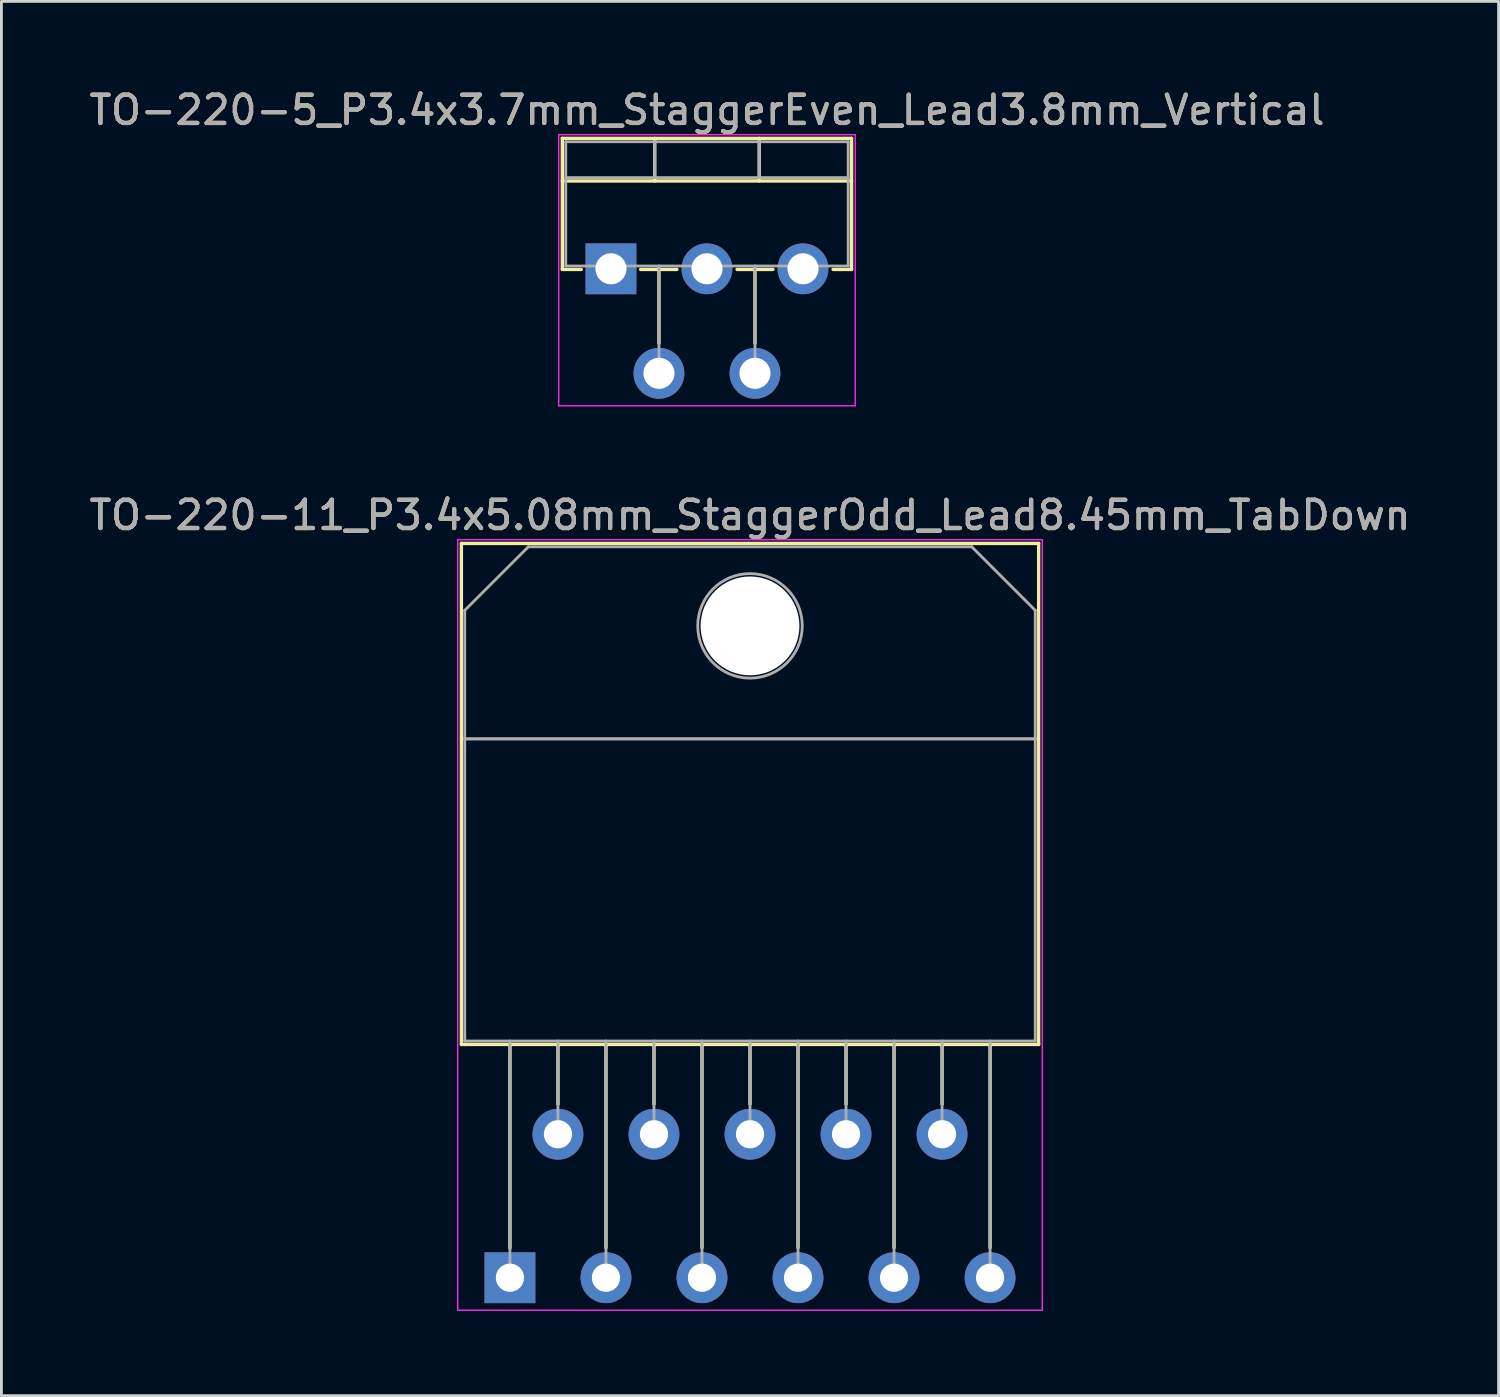
<source format=kicad_pcb>
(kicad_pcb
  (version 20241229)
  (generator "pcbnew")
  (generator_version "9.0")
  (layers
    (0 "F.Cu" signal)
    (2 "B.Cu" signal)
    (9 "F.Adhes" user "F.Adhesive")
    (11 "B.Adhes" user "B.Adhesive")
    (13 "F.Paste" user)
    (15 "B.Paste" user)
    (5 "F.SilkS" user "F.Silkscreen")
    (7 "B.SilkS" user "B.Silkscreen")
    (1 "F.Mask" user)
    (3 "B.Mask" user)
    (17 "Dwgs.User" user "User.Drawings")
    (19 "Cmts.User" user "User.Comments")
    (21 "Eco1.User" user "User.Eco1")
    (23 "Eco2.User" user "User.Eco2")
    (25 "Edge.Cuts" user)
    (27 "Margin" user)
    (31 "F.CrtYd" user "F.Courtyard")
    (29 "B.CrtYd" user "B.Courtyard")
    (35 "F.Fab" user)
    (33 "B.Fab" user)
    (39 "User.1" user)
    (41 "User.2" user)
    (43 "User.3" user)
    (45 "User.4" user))
  (footprint "TO-220-5_P3.4x3.7mm_StaggerEven_Lead3.8mm_Vertical"
    (layer "F.Cu")
    (at 18.582 6.468)
    (property "Reference" "TO-220-5_P3.4x3.7mm_StaggerEven_Lead3.8mm_Vertical" (at 3.4 -5.62 0) (layer "F.SilkS") (effects (font (size 1 1) (thickness 0.15))))
    (attr through_hole)
    (fp_line (start -1.721 -4.62) (end -1.721 0.021) (stroke (width 0.12) (type solid)) (layer "F.SilkS"))
    (fp_line (start -1.721 -4.62) (end 8.52 -4.62) (stroke (width 0.12) (type solid)) (layer "F.SilkS"))
    (fp_line (start -1.721 -3.111) (end 8.52 -3.111) (stroke (width 0.12) (type solid)) (layer "F.SilkS"))
    (fp_line (start -1.721 0.021) (end -1.05 0.021) (stroke (width 0.12) (type solid)) (layer "F.SilkS"))
    (fp_line (start 1.05 0.021) (end 2.335 0.021) (stroke (width 0.12) (type solid)) (layer "F.SilkS"))
    (fp_line (start 1.55 -4.62) (end 1.55 -3.111) (stroke (width 0.12) (type solid)) (layer "F.SilkS"))
    (fp_line (start 1.7 0.021) (end 1.7 2.635) (stroke (width 0.12) (type solid)) (layer "F.SilkS"))
    (fp_line (start 4.465 0.021) (end 5.735 0.021) (stroke (width 0.12) (type solid)) (layer "F.SilkS"))
    (fp_line (start 5.1 0.021) (end 5.1 2.635) (stroke (width 0.12) (type solid)) (layer "F.SilkS"))
    (fp_line (start 5.25 -4.62) (end 5.25 -3.111) (stroke (width 0.12) (type solid)) (layer "F.SilkS"))
    (fp_line (start 7.865 0.021) (end 8.52 0.021) (stroke (width 0.12) (type solid)) (layer "F.SilkS"))
    (fp_line (start 8.52 -4.62) (end 8.52 0.021) (stroke (width 0.12) (type solid)) (layer "F.SilkS"))
    (fp_line (start -1.85 -4.75) (end -1.85 4.85) (stroke (width 0.05) (type solid)) (layer "F.CrtYd"))
    (fp_line (start -1.85 4.85) (end 8.65 4.85) (stroke (width 0.05) (type solid)) (layer "F.CrtYd"))
    (fp_line (start 8.65 -4.75) (end -1.85 -4.75) (stroke (width 0.05) (type solid)) (layer "F.CrtYd"))
    (fp_line (start 8.65 4.85) (end 8.65 -4.75) (stroke (width 0.05) (type solid)) (layer "F.CrtYd"))
    (fp_line (start -1.6 -4.5) (end -1.6 -0.1) (stroke (width 0.1) (type solid)) (layer "F.Fab"))
    (fp_line (start -1.6 -3.23) (end 8.4 -3.23) (stroke (width 0.1) (type solid)) (layer "F.Fab"))
    (fp_line (start -1.6 -0.1) (end 8.4 -0.1) (stroke (width 0.1) (type solid)) (layer "F.Fab"))
    (fp_line (start 0 -0.1) (end 0 0) (stroke (width 0.1) (type solid)) (layer "F.Fab"))
    (fp_line (start 1.55 -4.5) (end 1.55 -3.23) (stroke (width 0.1) (type solid)) (layer "F.Fab"))
    (fp_line (start 1.7 -0.1) (end 1.7 3.7) (stroke (width 0.1) (type solid)) (layer "F.Fab"))
    (fp_line (start 3.4 -0.1) (end 3.4 0) (stroke (width 0.1) (type solid)) (layer "F.Fab"))
    (fp_line (start 5.1 -0.1) (end 5.1 3.7) (stroke (width 0.1) (type solid)) (layer "F.Fab"))
    (fp_line (start 5.25 -4.5) (end 5.25 -3.23) (stroke (width 0.1) (type solid)) (layer "F.Fab"))
    (fp_line (start 6.8 -0.1) (end 6.8 0) (stroke (width 0.1) (type solid)) (layer "F.Fab"))
    (fp_line (start 8.4 -4.5) (end -1.6 -4.5) (stroke (width 0.1) (type solid)) (layer "F.Fab"))
    (fp_line (start 8.4 -0.1) (end 8.4 -4.5) (stroke (width 0.1) (type solid)) (layer "F.Fab"))
    (fp_text user "${REFERENCE}" (at 3.4 -5.62 0) (layer "F.Fab") (effects (font (size 1 1) (thickness 0.15))))
    (pad "1" thru_hole rect (at 0 0) (size 1.8 1.8) (drill 1.1) (layers "*.Cu" "*.Mask"))
    (pad "2" thru_hole oval (at 1.7 3.7) (size 1.8 1.8) (drill 1.1) (layers "*.Cu" "*.Mask"))
    (pad "3" thru_hole oval (at 3.4 0) (size 1.8 1.8) (drill 1.1) (layers "*.Cu" "*.Mask"))
    (pad "4" thru_hole oval (at 5.1 3.7) (size 1.8 1.8) (drill 1.1) (layers "*.Cu" "*.Mask"))
    (pad "5" thru_hole oval (at 6.8 0) (size 1.8 1.8) (drill 1.1) (layers "*.Cu" "*.Mask")))
  (footprint "TO-220-11_P3.4x5.08mm_StaggerOdd_Lead8.45mm_TabDown"
    (layer "F.Cu")
    (at 15.006 42.191)
    (property "Reference" "TO-220-11_P3.4x5.08mm_StaggerOdd_Lead8.45mm_TabDown" (at 8.5 -27 0) (layer "F.SilkS") (effects (font (size 1 1) (thickness 0.15))))
    (attr through_hole)
    (fp_line (start -1.72 -26) (end -1.72 -8.26) (stroke (width 0.12) (type solid)) (layer "F.SilkS"))
    (fp_line (start -1.72 -26) (end 18.72 -26) (stroke (width 0.12) (type solid)) (layer "F.SilkS"))
    (fp_line (start -1.72 -8.26) (end 18.72 -8.26) (stroke (width 0.12) (type solid)) (layer "F.SilkS"))
    (fp_line (start 0 -8.255) (end 0 -1.05) (stroke (width 0.12) (type solid)) (layer "F.SilkS"))
    (fp_line (start 1.7 -8.26) (end 1.7 -6.146) (stroke (width 0.12) (type solid)) (layer "F.SilkS"))
    (fp_line (start 3.4 -8.255) (end 3.4 -1.065) (stroke (width 0.12) (type solid)) (layer "F.SilkS"))
    (fp_line (start 5.1 -8.26) (end 5.1 -6.146) (stroke (width 0.12) (type solid)) (layer "F.SilkS"))
    (fp_line (start 6.8 -8.255) (end 6.8 -1.065) (stroke (width 0.12) (type solid)) (layer "F.SilkS"))
    (fp_line (start 8.5 -8.26) (end 8.5 -6.146) (stroke (width 0.12) (type solid)) (layer "F.SilkS"))
    (fp_line (start 10.2 -8.255) (end 10.2 -1.065) (stroke (width 0.12) (type solid)) (layer "F.SilkS"))
    (fp_line (start 11.9 -8.26) (end 11.9 -6.146) (stroke (width 0.12) (type solid)) (layer "F.SilkS"))
    (fp_line (start 13.6 -8.255) (end 13.6 -1.065) (stroke (width 0.12) (type solid)) (layer "F.SilkS"))
    (fp_line (start 15.3 -8.26) (end 15.3 -6.146) (stroke (width 0.12) (type solid)) (layer "F.SilkS"))
    (fp_line (start 17 -8.255) (end 17 -1.065) (stroke (width 0.12) (type solid)) (layer "F.SilkS"))
    (fp_line (start 18.72 -26) (end 18.72 -8.26) (stroke (width 0.12) (type solid)) (layer "F.SilkS"))
    (fp_line (start -1.85 -26.13) (end -1.85 1.15) (stroke (width 0.05) (type solid)) (layer "F.CrtYd"))
    (fp_line (start -1.85 1.15) (end 18.85 1.15) (stroke (width 0.05) (type solid)) (layer "F.CrtYd"))
    (fp_line (start 18.85 -26.13) (end -1.85 -26.13) (stroke (width 0.05) (type solid)) (layer "F.CrtYd"))
    (fp_line (start 18.85 1.15) (end 18.85 -26.13) (stroke (width 0.05) (type solid)) (layer "F.CrtYd"))
    (fp_line (start -1.6 -23.63) (end 0.651 -25.88) (stroke (width 0.1) (type solid)) (layer "F.Fab"))
    (fp_line (start -1.6 -19.08) (end -1.6 -23.63) (stroke (width 0.1) (type solid)) (layer "F.Fab"))
    (fp_line (start -1.6 -19.08) (end 18.6 -19.08) (stroke (width 0.1) (type solid)) (layer "F.Fab"))
    (fp_line (start -1.6 -8.38) (end -1.6 -19.08) (stroke (width 0.1) (type solid)) (layer "F.Fab"))
    (fp_line (start 0 -8.382) (end 0 0) (stroke (width 0.1) (type solid)) (layer "F.Fab"))
    (fp_line (start 0.651 -25.88) (end 16.351 -25.88) (stroke (width 0.1) (type solid)) (layer "F.Fab"))
    (fp_line (start 1.7 -8.38) (end 1.7 -5.08) (stroke (width 0.1) (type solid)) (layer "F.Fab"))
    (fp_line (start 3.4 -8.382) (end 3.4 0) (stroke (width 0.1) (type solid)) (layer "F.Fab"))
    (fp_line (start 5.1 -8.38) (end 5.1 -5.08) (stroke (width 0.1) (type solid)) (layer "F.Fab"))
    (fp_line (start 6.8 -8.382) (end 6.8 0) (stroke (width 0.1) (type solid)) (layer "F.Fab"))
    (fp_line (start 8.5 -8.38) (end 8.5 -5.08) (stroke (width 0.1) (type solid)) (layer "F.Fab"))
    (fp_line (start 10.2 -8.382) (end 10.2 0) (stroke (width 0.1) (type solid)) (layer "F.Fab"))
    (fp_line (start 11.9 -8.38) (end 11.9 -5.08) (stroke (width 0.1) (type solid)) (layer "F.Fab"))
    (fp_line (start 13.6 -8.382) (end 13.6 0) (stroke (width 0.1) (type solid)) (layer "F.Fab"))
    (fp_line (start 15.3 -8.38) (end 15.3 -5.08) (stroke (width 0.1) (type solid)) (layer "F.Fab"))
    (fp_line (start 16.351 -25.88) (end 18.6 -23.63) (stroke (width 0.1) (type solid)) (layer "F.Fab"))
    (fp_line (start 17 -8.382) (end 17 0) (stroke (width 0.1) (type solid)) (layer "F.Fab"))
    (fp_line (start 18.6 -23.63) (end 18.6 -19.08) (stroke (width 0.1) (type solid)) (layer "F.Fab"))
    (fp_line (start 18.6 -19.08) (end -1.6 -19.08) (stroke (width 0.1) (type solid)) (layer "F.Fab"))
    (fp_line (start 18.6 -19.08) (end 18.6 -8.38) (stroke (width 0.1) (type solid)) (layer "F.Fab"))
    (fp_line (start 18.6 -8.38) (end -1.6 -8.38) (stroke (width 0.1) (type solid)) (layer "F.Fab"))
    (fp_circle (center 8.5 -23.08) (end 10.35 -23.08) (stroke (width 0.1) (type solid)) (fill no) (layer "F.Fab"))
    (fp_text user "${REFERENCE}" (at 8.5 -27 0) (layer "F.Fab") (effects (font (size 1 1) (thickness 0.15))))
    (pad "" np_thru_hole oval (at 8.5 -23.08) (size 3.5 3.5) (drill 3.5) (layers "*.Cu" "*.Mask"))
    (pad "1" thru_hole rect (at 0 0) (size 1.8 1.8) (drill 1) (layers "*.Cu" "*.Mask"))
    (pad "2" thru_hole oval (at 1.7 -5.08) (size 1.8 1.8) (drill 1) (layers "*.Cu" "*.Mask"))
    (pad "3" thru_hole oval (at 3.4 0) (size 1.8 1.8) (drill 1) (layers "*.Cu" "*.Mask"))
    (pad "4" thru_hole oval (at 5.1 -5.08) (size 1.8 1.8) (drill 1) (layers "*.Cu" "*.Mask"))
    (pad "5" thru_hole oval (at 6.8 0) (size 1.8 1.8) (drill 1) (layers "*.Cu" "*.Mask"))
    (pad "6" thru_hole oval (at 8.5 -5.08) (size 1.8 1.8) (drill 1) (layers "*.Cu" "*.Mask"))
    (pad "7" thru_hole oval (at 10.2 0) (size 1.8 1.8) (drill 1) (layers "*.Cu" "*.Mask"))
    (pad "8" thru_hole oval (at 11.9 -5.08) (size 1.8 1.8) (drill 1) (layers "*.Cu" "*.Mask"))
    (pad "9" thru_hole oval (at 13.6 0) (size 1.8 1.8) (drill 1) (layers "*.Cu" "*.Mask"))
    (pad "10" thru_hole oval (at 15.3 -5.08) (size 1.8 1.8) (drill 1) (layers "*.Cu" "*.Mask"))
    (pad "11" thru_hole oval (at 17 0) (size 1.8 1.8) (drill 1) (layers "*.Cu" "*.Mask")))
  (gr_rect
    (start -3 -3)
    (end 50.012 46.367)
    (stroke (width 0.1) (type default))
    (fill no)
    (layer "Edge.Cuts")))
</source>
